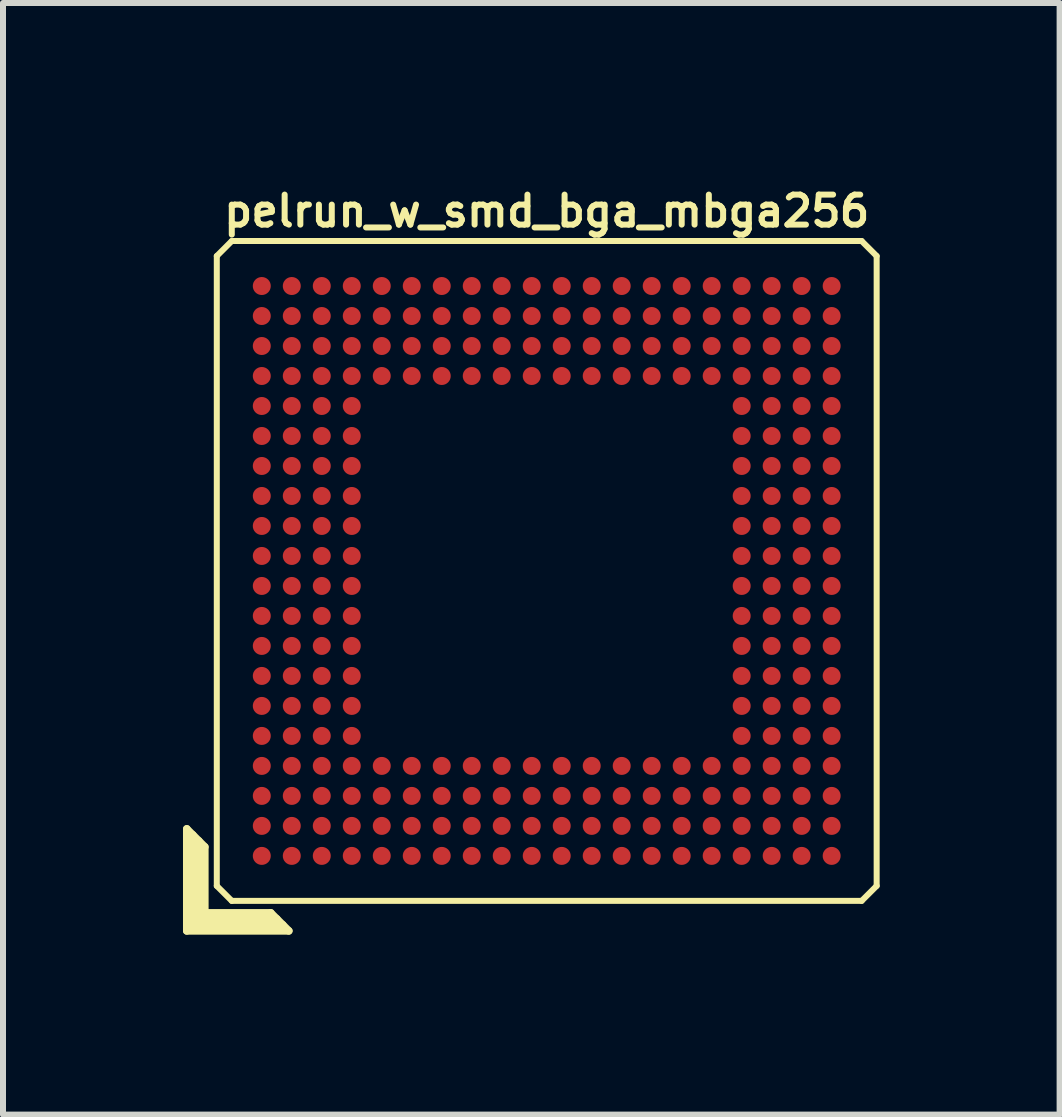
<source format=kicad_pcb>
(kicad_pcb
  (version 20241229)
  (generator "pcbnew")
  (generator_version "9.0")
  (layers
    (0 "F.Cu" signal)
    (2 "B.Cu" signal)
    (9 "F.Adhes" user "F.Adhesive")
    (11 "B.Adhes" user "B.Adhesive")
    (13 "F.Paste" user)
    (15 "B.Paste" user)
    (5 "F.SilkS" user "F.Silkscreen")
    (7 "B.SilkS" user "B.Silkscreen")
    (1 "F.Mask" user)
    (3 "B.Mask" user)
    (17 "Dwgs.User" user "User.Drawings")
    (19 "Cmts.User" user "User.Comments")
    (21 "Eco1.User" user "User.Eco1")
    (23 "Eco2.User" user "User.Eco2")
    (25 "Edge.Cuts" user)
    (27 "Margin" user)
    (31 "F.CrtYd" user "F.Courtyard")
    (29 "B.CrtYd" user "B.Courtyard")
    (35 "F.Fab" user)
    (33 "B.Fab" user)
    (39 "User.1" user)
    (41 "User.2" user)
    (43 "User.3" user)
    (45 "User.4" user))
  (footprint "pelrun_w_smd_bga_mbga256"
    (layer "F.Cu")
    (at 6.064 6.468)
    (property "Reference" "pelrun_w_smd_bga_mbga256" (at 0 -6 0) (layer "F.SilkS") (effects (font (size 0.5 0.5) (thickness 0.1))))
    (attr through_hole)
    (fp_line (start -6 4.3) (end -5.7 4.6) (stroke (width 0.127) (type solid)) (layer "F.SilkS"))
    (fp_line (start -6 6) (end -6 4.3) (stroke (width 0.127) (type solid)) (layer "F.SilkS"))
    (fp_line (start -5.9 4.4) (end -5.9 5.9) (stroke (width 0.127) (type solid)) (layer "F.SilkS"))
    (fp_line (start -5.9 5.9) (end -4.4 5.9) (stroke (width 0.127) (type solid)) (layer "F.SilkS"))
    (fp_line (start -5.8 5.8) (end -5.8 4.5) (stroke (width 0.127) (type solid)) (layer "F.SilkS"))
    (fp_line (start -5.7 4.6) (end -5.7 5.7) (stroke (width 0.127) (type solid)) (layer "F.SilkS"))
    (fp_line (start -5.7 5.7) (end -4.6 5.7) (stroke (width 0.127) (type solid)) (layer "F.SilkS"))
    (fp_line (start -5.5 -5.25) (end -5.5 5.25) (stroke (width 0.1) (type solid)) (layer "F.SilkS"))
    (fp_line (start -5.5 -5.25) (end -5.25 -5.5) (stroke (width 0.1) (type solid)) (layer "F.SilkS"))
    (fp_line (start -5.25 5.5) (end -5.5 5.25) (stroke (width 0.1) (type solid)) (layer "F.SilkS"))
    (fp_line (start -5.25 5.5) (end 5.25 5.5) (stroke (width 0.1) (type solid)) (layer "F.SilkS"))
    (fp_line (start -4.6 5.7) (end -4.3 6) (stroke (width 0.127) (type solid)) (layer "F.SilkS"))
    (fp_line (start -4.5 5.8) (end -5.8 5.8) (stroke (width 0.127) (type solid)) (layer "F.SilkS"))
    (fp_line (start -4.3 6) (end -6 6) (stroke (width 0.127) (type solid)) (layer "F.SilkS"))
    (fp_line (start 5.25 -5.5) (end -5.25 -5.5) (stroke (width 0.1) (type solid)) (layer "F.SilkS"))
    (fp_line (start 5.25 -5.5) (end 5.5 -5.25) (stroke (width 0.1) (type solid)) (layer "F.SilkS"))
    (fp_line (start 5.5 5.25) (end 5.25 5.5) (stroke (width 0.1) (type solid)) (layer "F.SilkS"))
    (fp_line (start 5.5 5.25) (end 5.5 -5.25) (stroke (width 0.1) (type solid)) (layer "F.SilkS"))
    (pad "A1" smd circle (at -4.75 4.75) (size 0.3 0.3) (layers "F.Cu" "F.Mask" "F.Paste"))
    (pad "A2" smd circle (at -4.25 4.75) (size 0.3 0.3) (layers "F.Cu" "F.Mask" "F.Paste"))
    (pad "A3" smd circle (at -3.75 4.75) (size 0.3 0.3) (layers "F.Cu" "F.Mask" "F.Paste"))
    (pad "A4" smd circle (at -3.25 4.75) (size 0.3 0.3) (layers "F.Cu" "F.Mask" "F.Paste"))
    (pad "A5" smd circle (at -2.75 4.75) (size 0.3 0.3) (layers "F.Cu" "F.Mask" "F.Paste"))
    (pad "A6" smd circle (at -2.25 4.75) (size 0.3 0.3) (layers "F.Cu" "F.Mask" "F.Paste"))
    (pad "A7" smd circle (at -1.75 4.75) (size 0.3 0.3) (layers "F.Cu" "F.Mask" "F.Paste"))
    (pad "A8" smd circle (at -1.25 4.75) (size 0.3 0.3) (layers "F.Cu" "F.Mask" "F.Paste"))
    (pad "A9" smd circle (at -0.75 4.75) (size 0.3 0.3) (layers "F.Cu" "F.Mask" "F.Paste"))
    (pad "A10" smd circle (at -0.25 4.75) (size 0.3 0.3) (layers "F.Cu" "F.Mask" "F.Paste"))
    (pad "A11" smd circle (at 0.25 4.75) (size 0.3 0.3) (layers "F.Cu" "F.Mask" "F.Paste"))
    (pad "A12" smd circle (at 0.75 4.75) (size 0.3 0.3) (layers "F.Cu" "F.Mask" "F.Paste"))
    (pad "A13" smd circle (at 1.25 4.75) (size 0.3 0.3) (layers "F.Cu" "F.Mask" "F.Paste"))
    (pad "A14" smd circle (at 1.75 4.75) (size 0.3 0.3) (layers "F.Cu" "F.Mask" "F.Paste"))
    (pad "A15" smd circle (at 2.25 4.75) (size 0.3 0.3) (layers "F.Cu" "F.Mask" "F.Paste"))
    (pad "A16" smd circle (at 2.75 4.75) (size 0.3 0.3) (layers "F.Cu" "F.Mask" "F.Paste"))
    (pad "A17" smd circle (at 3.25 4.75) (size 0.3 0.3) (layers "F.Cu" "F.Mask" "F.Paste"))
    (pad "A18" smd circle (at 3.75 4.75) (size 0.3 0.3) (layers "F.Cu" "F.Mask" "F.Paste"))
    (pad "A19" smd circle (at 4.25 4.75) (size 0.3 0.3) (layers "F.Cu" "F.Mask" "F.Paste"))
    (pad "A20" smd circle (at 4.75 4.75) (size 0.3 0.3) (layers "F.Cu" "F.Mask" "F.Paste"))
    (pad "B1" smd circle (at -4.75 4.25) (size 0.3 0.3) (layers "F.Cu" "F.Mask" "F.Paste"))
    (pad "B2" smd circle (at -4.25 4.25) (size 0.3 0.3) (layers "F.Cu" "F.Mask" "F.Paste"))
    (pad "B3" smd circle (at -3.75 4.25) (size 0.3 0.3) (layers "F.Cu" "F.Mask" "F.Paste"))
    (pad "B4" smd circle (at -3.25 4.25) (size 0.3 0.3) (layers "F.Cu" "F.Mask" "F.Paste"))
    (pad "B5" smd circle (at -2.75 4.25) (size 0.3 0.3) (layers "F.Cu" "F.Mask" "F.Paste"))
    (pad "B6" smd circle (at -2.25 4.25) (size 0.3 0.3) (layers "F.Cu" "F.Mask" "F.Paste"))
    (pad "B7" smd circle (at -1.75 4.25) (size 0.3 0.3) (layers "F.Cu" "F.Mask" "F.Paste"))
    (pad "B8" smd circle (at -1.25 4.25) (size 0.3 0.3) (layers "F.Cu" "F.Mask" "F.Paste"))
    (pad "B9" smd circle (at -0.75 4.25) (size 0.3 0.3) (layers "F.Cu" "F.Mask" "F.Paste"))
    (pad "B10" smd circle (at -0.25 4.25) (size 0.3 0.3) (layers "F.Cu" "F.Mask" "F.Paste"))
    (pad "B11" smd circle (at 0.25 4.25) (size 0.3 0.3) (layers "F.Cu" "F.Mask" "F.Paste"))
    (pad "B12" smd circle (at 0.75 4.25) (size 0.3 0.3) (layers "F.Cu" "F.Mask" "F.Paste"))
    (pad "B13" smd circle (at 1.25 4.25) (size 0.3 0.3) (layers "F.Cu" "F.Mask" "F.Paste"))
    (pad "B14" smd circle (at 1.75 4.25) (size 0.3 0.3) (layers "F.Cu" "F.Mask" "F.Paste"))
    (pad "B15" smd circle (at 2.25 4.25) (size 0.3 0.3) (layers "F.Cu" "F.Mask" "F.Paste"))
    (pad "B16" smd circle (at 2.75 4.25) (size 0.3 0.3) (layers "F.Cu" "F.Mask" "F.Paste"))
    (pad "B17" smd circle (at 3.25 4.25) (size 0.3 0.3) (layers "F.Cu" "F.Mask" "F.Paste"))
    (pad "B18" smd circle (at 3.75 4.25) (size 0.3 0.3) (layers "F.Cu" "F.Mask" "F.Paste"))
    (pad "B19" smd circle (at 4.25 4.25) (size 0.3 0.3) (layers "F.Cu" "F.Mask" "F.Paste"))
    (pad "B20" smd circle (at 4.75 4.25) (size 0.3 0.3) (layers "F.Cu" "F.Mask" "F.Paste"))
    (pad "C1" smd circle (at -4.75 3.75) (size 0.3 0.3) (layers "F.Cu" "F.Mask" "F.Paste"))
    (pad "C2" smd circle (at -4.25 3.75) (size 0.3 0.3) (layers "F.Cu" "F.Mask" "F.Paste"))
    (pad "C3" smd circle (at -3.75 3.75) (size 0.3 0.3) (layers "F.Cu" "F.Mask" "F.Paste"))
    (pad "C4" smd circle (at -3.25 3.75) (size 0.3 0.3) (layers "F.Cu" "F.Mask" "F.Paste"))
    (pad "C5" smd circle (at -2.75 3.75) (size 0.3 0.3) (layers "F.Cu" "F.Mask" "F.Paste"))
    (pad "C6" smd circle (at -2.25 3.75) (size 0.3 0.3) (layers "F.Cu" "F.Mask" "F.Paste"))
    (pad "C7" smd circle (at -1.75 3.75) (size 0.3 0.3) (layers "F.Cu" "F.Mask" "F.Paste"))
    (pad "C8" smd circle (at -1.25 3.75) (size 0.3 0.3) (layers "F.Cu" "F.Mask" "F.Paste"))
    (pad "C9" smd circle (at -0.75 3.75) (size 0.3 0.3) (layers "F.Cu" "F.Mask" "F.Paste"))
    (pad "C10" smd circle (at -0.25 3.75) (size 0.3 0.3) (layers "F.Cu" "F.Mask" "F.Paste"))
    (pad "C11" smd circle (at 0.25 3.75) (size 0.3 0.3) (layers "F.Cu" "F.Mask" "F.Paste"))
    (pad "C12" smd circle (at 0.75 3.75) (size 0.3 0.3) (layers "F.Cu" "F.Mask" "F.Paste"))
    (pad "C13" smd circle (at 1.25 3.75) (size 0.3 0.3) (layers "F.Cu" "F.Mask" "F.Paste"))
    (pad "C14" smd circle (at 1.75 3.75) (size 0.3 0.3) (layers "F.Cu" "F.Mask" "F.Paste"))
    (pad "C15" smd circle (at 2.25 3.75) (size 0.3 0.3) (layers "F.Cu" "F.Mask" "F.Paste"))
    (pad "C16" smd circle (at 2.75 3.75) (size 0.3 0.3) (layers "F.Cu" "F.Mask" "F.Paste"))
    (pad "C17" smd circle (at 3.25 3.75) (size 0.3 0.3) (layers "F.Cu" "F.Mask" "F.Paste"))
    (pad "C18" smd circle (at 3.75 3.75) (size 0.3 0.3) (layers "F.Cu" "F.Mask" "F.Paste"))
    (pad "C19" smd circle (at 4.25 3.75) (size 0.3 0.3) (layers "F.Cu" "F.Mask" "F.Paste"))
    (pad "C20" smd circle (at 4.75 3.75) (size 0.3 0.3) (layers "F.Cu" "F.Mask" "F.Paste"))
    (pad "D1" smd circle (at -4.75 3.25) (size 0.3 0.3) (layers "F.Cu" "F.Mask" "F.Paste"))
    (pad "D2" smd circle (at -4.25 3.25) (size 0.3 0.3) (layers "F.Cu" "F.Mask" "F.Paste"))
    (pad "D3" smd circle (at -3.75 3.25) (size 0.3 0.3) (layers "F.Cu" "F.Mask" "F.Paste"))
    (pad "D4" smd circle (at -3.25 3.25) (size 0.3 0.3) (layers "F.Cu" "F.Mask" "F.Paste"))
    (pad "D5" smd circle (at -2.75 3.25) (size 0.3 0.3) (layers "F.Cu" "F.Mask" "F.Paste"))
    (pad "D6" smd circle (at -2.25 3.25) (size 0.3 0.3) (layers "F.Cu" "F.Mask" "F.Paste"))
    (pad "D7" smd circle (at -1.75 3.25) (size 0.3 0.3) (layers "F.Cu" "F.Mask" "F.Paste"))
    (pad "D8" smd circle (at -1.25 3.25) (size 0.3 0.3) (layers "F.Cu" "F.Mask" "F.Paste"))
    (pad "D9" smd circle (at -0.75 3.25) (size 0.3 0.3) (layers "F.Cu" "F.Mask" "F.Paste"))
    (pad "D10" smd circle (at -0.25 3.25) (size 0.3 0.3) (layers "F.Cu" "F.Mask" "F.Paste"))
    (pad "D11" smd circle (at 0.25 3.25) (size 0.3 0.3) (layers "F.Cu" "F.Mask" "F.Paste"))
    (pad "D12" smd circle (at 0.75 3.25) (size 0.3 0.3) (layers "F.Cu" "F.Mask" "F.Paste"))
    (pad "D13" smd circle (at 1.25 3.25) (size 0.3 0.3) (layers "F.Cu" "F.Mask" "F.Paste"))
    (pad "D14" smd circle (at 1.75 3.25) (size 0.3 0.3) (layers "F.Cu" "F.Mask" "F.Paste"))
    (pad "D15" smd circle (at 2.25 3.25) (size 0.3 0.3) (layers "F.Cu" "F.Mask" "F.Paste"))
    (pad "D16" smd circle (at 2.75 3.25) (size 0.3 0.3) (layers "F.Cu" "F.Mask" "F.Paste"))
    (pad "D17" smd circle (at 3.25 3.25) (size 0.3 0.3) (layers "F.Cu" "F.Mask" "F.Paste"))
    (pad "D18" smd circle (at 3.75 3.25) (size 0.3 0.3) (layers "F.Cu" "F.Mask" "F.Paste"))
    (pad "D19" smd circle (at 4.25 3.25) (size 0.3 0.3) (layers "F.Cu" "F.Mask" "F.Paste"))
    (pad "D20" smd circle (at 4.75 3.25) (size 0.3 0.3) (layers "F.Cu" "F.Mask" "F.Paste"))
    (pad "E1" smd circle (at -4.75 2.75) (size 0.3 0.3) (layers "F.Cu" "F.Mask" "F.Paste"))
    (pad "E2" smd circle (at -4.25 2.75) (size 0.3 0.3) (layers "F.Cu" "F.Mask" "F.Paste"))
    (pad "E3" smd circle (at -3.75 2.75) (size 0.3 0.3) (layers "F.Cu" "F.Mask" "F.Paste"))
    (pad "E4" smd circle (at -3.25 2.75) (size 0.3 0.3) (layers "F.Cu" "F.Mask" "F.Paste"))
    (pad "E17" smd circle (at 3.25 2.75) (size 0.3 0.3) (layers "F.Cu" "F.Mask" "F.Paste"))
    (pad "E18" smd circle (at 3.75 2.75) (size 0.3 0.3) (layers "F.Cu" "F.Mask" "F.Paste"))
    (pad "E19" smd circle (at 4.25 2.75) (size 0.3 0.3) (layers "F.Cu" "F.Mask" "F.Paste"))
    (pad "E20" smd circle (at 4.75 2.75) (size 0.3 0.3) (layers "F.Cu" "F.Mask" "F.Paste"))
    (pad "F1" smd circle (at -4.75 2.25) (size 0.3 0.3) (layers "F.Cu" "F.Mask" "F.Paste"))
    (pad "F2" smd circle (at -4.25 2.25) (size 0.3 0.3) (layers "F.Cu" "F.Mask" "F.Paste"))
    (pad "F3" smd circle (at -3.75 2.25) (size 0.3 0.3) (layers "F.Cu" "F.Mask" "F.Paste"))
    (pad "F4" smd circle (at -3.25 2.25) (size 0.3 0.3) (layers "F.Cu" "F.Mask" "F.Paste"))
    (pad "F17" smd circle (at 3.25 2.25) (size 0.3 0.3) (layers "F.Cu" "F.Mask" "F.Paste"))
    (pad "F18" smd circle (at 3.75 2.25) (size 0.3 0.3) (layers "F.Cu" "F.Mask" "F.Paste"))
    (pad "F19" smd circle (at 4.25 2.25) (size 0.3 0.3) (layers "F.Cu" "F.Mask" "F.Paste"))
    (pad "F20" smd circle (at 4.75 2.25) (size 0.3 0.3) (layers "F.Cu" "F.Mask" "F.Paste"))
    (pad "G1" smd circle (at -4.75 1.75) (size 0.3 0.3) (layers "F.Cu" "F.Mask" "F.Paste"))
    (pad "G2" smd circle (at -4.25 1.75) (size 0.3 0.3) (layers "F.Cu" "F.Mask" "F.Paste"))
    (pad "G3" smd circle (at -3.75 1.75) (size 0.3 0.3) (layers "F.Cu" "F.Mask" "F.Paste"))
    (pad "G4" smd circle (at -3.25 1.75) (size 0.3 0.3) (layers "F.Cu" "F.Mask" "F.Paste"))
    (pad "G17" smd circle (at 3.25 1.75) (size 0.3 0.3) (layers "F.Cu" "F.Mask" "F.Paste"))
    (pad "G18" smd circle (at 3.75 1.75) (size 0.3 0.3) (layers "F.Cu" "F.Mask" "F.Paste"))
    (pad "G19" smd circle (at 4.25 1.75) (size 0.3 0.3) (layers "F.Cu" "F.Mask" "F.Paste"))
    (pad "G20" smd circle (at 4.75 1.75) (size 0.3 0.3) (layers "F.Cu" "F.Mask" "F.Paste"))
    (pad "H1" smd circle (at -4.75 1.25) (size 0.3 0.3) (layers "F.Cu" "F.Mask" "F.Paste"))
    (pad "H2" smd circle (at -4.25 1.25) (size 0.3 0.3) (layers "F.Cu" "F.Mask" "F.Paste"))
    (pad "H3" smd circle (at -3.75 1.25) (size 0.3 0.3) (layers "F.Cu" "F.Mask" "F.Paste"))
    (pad "H4" smd circle (at -3.25 1.25) (size 0.3 0.3) (layers "F.Cu" "F.Mask" "F.Paste"))
    (pad "H17" smd circle (at 3.25 1.25) (size 0.3 0.3) (layers "F.Cu" "F.Mask" "F.Paste"))
    (pad "H18" smd circle (at 3.75 1.25) (size 0.3 0.3) (layers "F.Cu" "F.Mask" "F.Paste"))
    (pad "H19" smd circle (at 4.25 1.25) (size 0.3 0.3) (layers "F.Cu" "F.Mask" "F.Paste"))
    (pad "H20" smd circle (at 4.75 1.25) (size 0.3 0.3) (layers "F.Cu" "F.Mask" "F.Paste"))
    (pad "J1" smd circle (at -4.75 0.75) (size 0.3 0.3) (layers "F.Cu" "F.Mask" "F.Paste"))
    (pad "J2" smd circle (at -4.25 0.75) (size 0.3 0.3) (layers "F.Cu" "F.Mask" "F.Paste"))
    (pad "J3" smd circle (at -3.75 0.75) (size 0.3 0.3) (layers "F.Cu" "F.Mask" "F.Paste"))
    (pad "J4" smd circle (at -3.25 0.75) (size 0.3 0.3) (layers "F.Cu" "F.Mask" "F.Paste"))
    (pad "J17" smd circle (at 3.25 0.75) (size 0.3 0.3) (layers "F.Cu" "F.Mask" "F.Paste"))
    (pad "J18" smd circle (at 3.75 0.75) (size 0.3 0.3) (layers "F.Cu" "F.Mask" "F.Paste"))
    (pad "J19" smd circle (at 4.25 0.75) (size 0.3 0.3) (layers "F.Cu" "F.Mask" "F.Paste"))
    (pad "J20" smd circle (at 4.75 0.75) (size 0.3 0.3) (layers "F.Cu" "F.Mask" "F.Paste"))
    (pad "K1" smd circle (at -4.75 0.25) (size 0.3 0.3) (layers "F.Cu" "F.Mask" "F.Paste"))
    (pad "K2" smd circle (at -4.25 0.25) (size 0.3 0.3) (layers "F.Cu" "F.Mask" "F.Paste"))
    (pad "K3" smd circle (at -3.75 0.25) (size 0.3 0.3) (layers "F.Cu" "F.Mask" "F.Paste"))
    (pad "K4" smd circle (at -3.25 0.25) (size 0.3 0.3) (layers "F.Cu" "F.Mask" "F.Paste"))
    (pad "K17" smd circle (at 3.25 0.25) (size 0.3 0.3) (layers "F.Cu" "F.Mask" "F.Paste"))
    (pad "K18" smd circle (at 3.75 0.25) (size 0.3 0.3) (layers "F.Cu" "F.Mask" "F.Paste"))
    (pad "K19" smd circle (at 4.25 0.25) (size 0.3 0.3) (layers "F.Cu" "F.Mask" "F.Paste"))
    (pad "K20" smd circle (at 4.75 0.25) (size 0.3 0.3) (layers "F.Cu" "F.Mask" "F.Paste"))
    (pad "L1" smd circle (at -4.75 -0.25) (size 0.3 0.3) (layers "F.Cu" "F.Mask" "F.Paste"))
    (pad "L2" smd circle (at -4.25 -0.25) (size 0.3 0.3) (layers "F.Cu" "F.Mask" "F.Paste"))
    (pad "L3" smd circle (at -3.75 -0.25) (size 0.3 0.3) (layers "F.Cu" "F.Mask" "F.Paste"))
    (pad "L4" smd circle (at -3.25 -0.25) (size 0.3 0.3) (layers "F.Cu" "F.Mask" "F.Paste"))
    (pad "L17" smd circle (at 3.25 -0.25) (size 0.3 0.3) (layers "F.Cu" "F.Mask" "F.Paste"))
    (pad "L18" smd circle (at 3.75 -0.25) (size 0.3 0.3) (layers "F.Cu" "F.Mask" "F.Paste"))
    (pad "L19" smd circle (at 4.25 -0.25) (size 0.3 0.3) (layers "F.Cu" "F.Mask" "F.Paste"))
    (pad "L20" smd circle (at 4.75 -0.25) (size 0.3 0.3) (layers "F.Cu" "F.Mask" "F.Paste"))
    (pad "M1" smd circle (at -4.75 -0.75) (size 0.3 0.3) (layers "F.Cu" "F.Mask" "F.Paste"))
    (pad "M2" smd circle (at -4.25 -0.75) (size 0.3 0.3) (layers "F.Cu" "F.Mask" "F.Paste"))
    (pad "M3" smd circle (at -3.75 -0.75) (size 0.3 0.3) (layers "F.Cu" "F.Mask" "F.Paste"))
    (pad "M4" smd circle (at -3.25 -0.75) (size 0.3 0.3) (layers "F.Cu" "F.Mask" "F.Paste"))
    (pad "M17" smd circle (at 3.25 -0.75) (size 0.3 0.3) (layers "F.Cu" "F.Mask" "F.Paste"))
    (pad "M18" smd circle (at 3.75 -0.75) (size 0.3 0.3) (layers "F.Cu" "F.Mask" "F.Paste"))
    (pad "M19" smd circle (at 4.25 -0.75) (size 0.3 0.3) (layers "F.Cu" "F.Mask" "F.Paste"))
    (pad "M20" smd circle (at 4.75 -0.75) (size 0.3 0.3) (layers "F.Cu" "F.Mask" "F.Paste"))
    (pad "N1" smd circle (at -4.75 -1.25) (size 0.3 0.3) (layers "F.Cu" "F.Mask" "F.Paste"))
    (pad "N2" smd circle (at -4.25 -1.25) (size 0.3 0.3) (layers "F.Cu" "F.Mask" "F.Paste"))
    (pad "N3" smd circle (at -3.75 -1.25) (size 0.3 0.3) (layers "F.Cu" "F.Mask" "F.Paste"))
    (pad "N4" smd circle (at -3.25 -1.25) (size 0.3 0.3) (layers "F.Cu" "F.Mask" "F.Paste"))
    (pad "N17" smd circle (at 3.25 -1.25) (size 0.3 0.3) (layers "F.Cu" "F.Mask" "F.Paste"))
    (pad "N18" smd circle (at 3.75 -1.25) (size 0.3 0.3) (layers "F.Cu" "F.Mask" "F.Paste"))
    (pad "N19" smd circle (at 4.25 -1.25) (size 0.3 0.3) (layers "F.Cu" "F.Mask" "F.Paste"))
    (pad "N20" smd circle (at 4.75 -1.25) (size 0.3 0.3) (layers "F.Cu" "F.Mask" "F.Paste"))
    (pad "P1" smd circle (at -4.75 -1.75) (size 0.3 0.3) (layers "F.Cu" "F.Mask" "F.Paste"))
    (pad "P2" smd circle (at -4.25 -1.75) (size 0.3 0.3) (layers "F.Cu" "F.Mask" "F.Paste"))
    (pad "P3" smd circle (at -3.75 -1.75) (size 0.3 0.3) (layers "F.Cu" "F.Mask" "F.Paste"))
    (pad "P4" smd circle (at -3.25 -1.75) (size 0.3 0.3) (layers "F.Cu" "F.Mask" "F.Paste"))
    (pad "P17" smd circle (at 3.25 -1.75) (size 0.3 0.3) (layers "F.Cu" "F.Mask" "F.Paste"))
    (pad "P18" smd circle (at 3.75 -1.75) (size 0.3 0.3) (layers "F.Cu" "F.Mask" "F.Paste"))
    (pad "P19" smd circle (at 4.25 -1.75) (size 0.3 0.3) (layers "F.Cu" "F.Mask" "F.Paste"))
    (pad "P20" smd circle (at 4.75 -1.75) (size 0.3 0.3) (layers "F.Cu" "F.Mask" "F.Paste"))
    (pad "R1" smd circle (at -4.75 -2.25) (size 0.3 0.3) (layers "F.Cu" "F.Mask" "F.Paste"))
    (pad "R2" smd circle (at -4.25 -2.25) (size 0.3 0.3) (layers "F.Cu" "F.Mask" "F.Paste"))
    (pad "R3" smd circle (at -3.75 -2.25) (size 0.3 0.3) (layers "F.Cu" "F.Mask" "F.Paste"))
    (pad "R4" smd circle (at -3.25 -2.25) (size 0.3 0.3) (layers "F.Cu" "F.Mask" "F.Paste"))
    (pad "R17" smd circle (at 3.25 -2.25) (size 0.3 0.3) (layers "F.Cu" "F.Mask" "F.Paste"))
    (pad "R18" smd circle (at 3.75 -2.25) (size 0.3 0.3) (layers "F.Cu" "F.Mask" "F.Paste"))
    (pad "R19" smd circle (at 4.25 -2.25) (size 0.3 0.3) (layers "F.Cu" "F.Mask" "F.Paste"))
    (pad "R20" smd circle (at 4.75 -2.25) (size 0.3 0.3) (layers "F.Cu" "F.Mask" "F.Paste"))
    (pad "T1" smd circle (at -4.75 -2.75) (size 0.3 0.3) (layers "F.Cu" "F.Mask" "F.Paste"))
    (pad "T2" smd circle (at -4.25 -2.75) (size 0.3 0.3) (layers "F.Cu" "F.Mask" "F.Paste"))
    (pad "T3" smd circle (at -3.75 -2.75) (size 0.3 0.3) (layers "F.Cu" "F.Mask" "F.Paste"))
    (pad "T4" smd circle (at -3.25 -2.75) (size 0.3 0.3) (layers "F.Cu" "F.Mask" "F.Paste"))
    (pad "T17" smd circle (at 3.25 -2.75) (size 0.3 0.3) (layers "F.Cu" "F.Mask" "F.Paste"))
    (pad "T18" smd circle (at 3.75 -2.75) (size 0.3 0.3) (layers "F.Cu" "F.Mask" "F.Paste"))
    (pad "T19" smd circle (at 4.25 -2.75) (size 0.3 0.3) (layers "F.Cu" "F.Mask" "F.Paste"))
    (pad "T20" smd circle (at 4.75 -2.75) (size 0.3 0.3) (layers "F.Cu" "F.Mask" "F.Paste"))
    (pad "U1" smd circle (at -4.75 -3.25) (size 0.3 0.3) (layers "F.Cu" "F.Mask" "F.Paste"))
    (pad "U2" smd circle (at -4.25 -3.25) (size 0.3 0.3) (layers "F.Cu" "F.Mask" "F.Paste"))
    (pad "U3" smd circle (at -3.75 -3.25) (size 0.3 0.3) (layers "F.Cu" "F.Mask" "F.Paste"))
    (pad "U4" smd circle (at -3.25 -3.25) (size 0.3 0.3) (layers "F.Cu" "F.Mask" "F.Paste"))
    (pad "U5" smd circle (at -2.75 -3.25) (size 0.3 0.3) (layers "F.Cu" "F.Mask" "F.Paste"))
    (pad "U6" smd circle (at -2.25 -3.25) (size 0.3 0.3) (layers "F.Cu" "F.Mask" "F.Paste"))
    (pad "U7" smd circle (at -1.75 -3.25) (size 0.3 0.3) (layers "F.Cu" "F.Mask" "F.Paste"))
    (pad "U8" smd circle (at -1.25 -3.25) (size 0.3 0.3) (layers "F.Cu" "F.Mask" "F.Paste"))
    (pad "U9" smd circle (at -0.75 -3.25) (size 0.3 0.3) (layers "F.Cu" "F.Mask" "F.Paste"))
    (pad "U10" smd circle (at -0.25 -3.25) (size 0.3 0.3) (layers "F.Cu" "F.Mask" "F.Paste"))
    (pad "U11" smd circle (at 0.25 -3.25) (size 0.3 0.3) (layers "F.Cu" "F.Mask" "F.Paste"))
    (pad "U12" smd circle (at 0.75 -3.25) (size 0.3 0.3) (layers "F.Cu" "F.Mask" "F.Paste"))
    (pad "U13" smd circle (at 1.25 -3.25) (size 0.3 0.3) (layers "F.Cu" "F.Mask" "F.Paste"))
    (pad "U14" smd circle (at 1.75 -3.25) (size 0.3 0.3) (layers "F.Cu" "F.Mask" "F.Paste"))
    (pad "U15" smd circle (at 2.25 -3.25) (size 0.3 0.3) (layers "F.Cu" "F.Mask" "F.Paste"))
    (pad "U16" smd circle (at 2.75 -3.25) (size 0.3 0.3) (layers "F.Cu" "F.Mask" "F.Paste"))
    (pad "U17" smd circle (at 3.25 -3.25) (size 0.3 0.3) (layers "F.Cu" "F.Mask" "F.Paste"))
    (pad "U18" smd circle (at 3.75 -3.25) (size 0.3 0.3) (layers "F.Cu" "F.Mask" "F.Paste"))
    (pad "U19" smd circle (at 4.25 -3.25) (size 0.3 0.3) (layers "F.Cu" "F.Mask" "F.Paste"))
    (pad "U20" smd circle (at 4.75 -3.25) (size 0.3 0.3) (layers "F.Cu" "F.Mask" "F.Paste"))
    (pad "V1" smd circle (at -4.75 -3.75) (size 0.3 0.3) (layers "F.Cu" "F.Mask" "F.Paste"))
    (pad "V2" smd circle (at -4.25 -3.75) (size 0.3 0.3) (layers "F.Cu" "F.Mask" "F.Paste"))
    (pad "V3" smd circle (at -3.75 -3.75) (size 0.3 0.3) (layers "F.Cu" "F.Mask" "F.Paste"))
    (pad "V4" smd circle (at -3.25 -3.75) (size 0.3 0.3) (layers "F.Cu" "F.Mask" "F.Paste"))
    (pad "V5" smd circle (at -2.75 -3.75) (size 0.3 0.3) (layers "F.Cu" "F.Mask" "F.Paste"))
    (pad "V6" smd circle (at -2.25 -3.75) (size 0.3 0.3) (layers "F.Cu" "F.Mask" "F.Paste"))
    (pad "V7" smd circle (at -1.75 -3.75) (size 0.3 0.3) (layers "F.Cu" "F.Mask" "F.Paste"))
    (pad "V8" smd circle (at -1.25 -3.75) (size 0.3 0.3) (layers "F.Cu" "F.Mask" "F.Paste"))
    (pad "V9" smd circle (at -0.75 -3.75) (size 0.3 0.3) (layers "F.Cu" "F.Mask" "F.Paste"))
    (pad "V10" smd circle (at -0.25 -3.75) (size 0.3 0.3) (layers "F.Cu" "F.Mask" "F.Paste"))
    (pad "V11" smd circle (at 0.25 -3.75) (size 0.3 0.3) (layers "F.Cu" "F.Mask" "F.Paste"))
    (pad "V12" smd circle (at 0.75 -3.75) (size 0.3 0.3) (layers "F.Cu" "F.Mask" "F.Paste"))
    (pad "V13" smd circle (at 1.25 -3.75) (size 0.3 0.3) (layers "F.Cu" "F.Mask" "F.Paste"))
    (pad "V14" smd circle (at 1.75 -3.75) (size 0.3 0.3) (layers "F.Cu" "F.Mask" "F.Paste"))
    (pad "V15" smd circle (at 2.25 -3.75) (size 0.3 0.3) (layers "F.Cu" "F.Mask" "F.Paste"))
    (pad "V16" smd circle (at 2.75 -3.75) (size 0.3 0.3) (layers "F.Cu" "F.Mask" "F.Paste"))
    (pad "V17" smd circle (at 3.25 -3.75) (size 0.3 0.3) (layers "F.Cu" "F.Mask" "F.Paste"))
    (pad "V18" smd circle (at 3.75 -3.75) (size 0.3 0.3) (layers "F.Cu" "F.Mask" "F.Paste"))
    (pad "V19" smd circle (at 4.25 -3.75) (size 0.3 0.3) (layers "F.Cu" "F.Mask" "F.Paste"))
    (pad "V20" smd circle (at 4.75 -3.75) (size 0.3 0.3) (layers "F.Cu" "F.Mask" "F.Paste"))
    (pad "W1" smd circle (at -4.75 -4.25) (size 0.3 0.3) (layers "F.Cu" "F.Mask" "F.Paste"))
    (pad "W2" smd circle (at -4.25 -4.25) (size 0.3 0.3) (layers "F.Cu" "F.Mask" "F.Paste"))
    (pad "W3" smd circle (at -3.75 -4.25) (size 0.3 0.3) (layers "F.Cu" "F.Mask" "F.Paste"))
    (pad "W4" smd circle (at -3.25 -4.25) (size 0.3 0.3) (layers "F.Cu" "F.Mask" "F.Paste"))
    (pad "W5" smd circle (at -2.75 -4.25) (size 0.3 0.3) (layers "F.Cu" "F.Mask" "F.Paste"))
    (pad "W6" smd circle (at -2.25 -4.25) (size 0.3 0.3) (layers "F.Cu" "F.Mask" "F.Paste"))
    (pad "W7" smd circle (at -1.75 -4.25) (size 0.3 0.3) (layers "F.Cu" "F.Mask" "F.Paste"))
    (pad "W8" smd circle (at -1.25 -4.25) (size 0.3 0.3) (layers "F.Cu" "F.Mask" "F.Paste"))
    (pad "W9" smd circle (at -0.75 -4.25) (size 0.3 0.3) (layers "F.Cu" "F.Mask" "F.Paste"))
    (pad "W10" smd circle (at -0.25 -4.25) (size 0.3 0.3) (layers "F.Cu" "F.Mask" "F.Paste"))
    (pad "W11" smd circle (at 0.25 -4.25) (size 0.3 0.3) (layers "F.Cu" "F.Mask" "F.Paste"))
    (pad "W12" smd circle (at 0.75 -4.25) (size 0.3 0.3) (layers "F.Cu" "F.Mask" "F.Paste"))
    (pad "W13" smd circle (at 1.25 -4.25) (size 0.3 0.3) (layers "F.Cu" "F.Mask" "F.Paste"))
    (pad "W14" smd circle (at 1.75 -4.25) (size 0.3 0.3) (layers "F.Cu" "F.Mask" "F.Paste"))
    (pad "W15" smd circle (at 2.25 -4.25) (size 0.3 0.3) (layers "F.Cu" "F.Mask" "F.Paste"))
    (pad "W16" smd circle (at 2.75 -4.25) (size 0.3 0.3) (layers "F.Cu" "F.Mask" "F.Paste"))
    (pad "W17" smd circle (at 3.25 -4.25) (size 0.3 0.3) (layers "F.Cu" "F.Mask" "F.Paste"))
    (pad "W18" smd circle (at 3.75 -4.25) (size 0.3 0.3) (layers "F.Cu" "F.Mask" "F.Paste"))
    (pad "W19" smd circle (at 4.25 -4.25) (size 0.3 0.3) (layers "F.Cu" "F.Mask" "F.Paste"))
    (pad "W20" smd circle (at 4.75 -4.25) (size 0.3 0.3) (layers "F.Cu" "F.Mask" "F.Paste"))
    (pad "Y1" smd circle (at -4.75 -4.75) (size 0.3 0.3) (layers "F.Cu" "F.Mask" "F.Paste"))
    (pad "Y2" smd circle (at -4.25 -4.75) (size 0.3 0.3) (layers "F.Cu" "F.Mask" "F.Paste"))
    (pad "Y3" smd circle (at -3.75 -4.75) (size 0.3 0.3) (layers "F.Cu" "F.Mask" "F.Paste"))
    (pad "Y4" smd circle (at -3.25 -4.75) (size 0.3 0.3) (layers "F.Cu" "F.Mask" "F.Paste"))
    (pad "Y5" smd circle (at -2.75 -4.75) (size 0.3 0.3) (layers "F.Cu" "F.Mask" "F.Paste"))
    (pad "Y6" smd circle (at -2.25 -4.75) (size 0.3 0.3) (layers "F.Cu" "F.Mask" "F.Paste"))
    (pad "Y7" smd circle (at -1.75 -4.75) (size 0.3 0.3) (layers "F.Cu" "F.Mask" "F.Paste"))
    (pad "Y8" smd circle (at -1.25 -4.75) (size 0.3 0.3) (layers "F.Cu" "F.Mask" "F.Paste"))
    (pad "Y9" smd circle (at -0.75 -4.75) (size 0.3 0.3) (layers "F.Cu" "F.Mask" "F.Paste"))
    (pad "Y10" smd circle (at -0.25 -4.75) (size 0.3 0.3) (layers "F.Cu" "F.Mask" "F.Paste"))
    (pad "Y11" smd circle (at 0.25 -4.75) (size 0.3 0.3) (layers "F.Cu" "F.Mask" "F.Paste"))
    (pad "Y12" smd circle (at 0.75 -4.75) (size 0.3 0.3) (layers "F.Cu" "F.Mask" "F.Paste"))
    (pad "Y13" smd circle (at 1.25 -4.75) (size 0.3 0.3) (layers "F.Cu" "F.Mask" "F.Paste"))
    (pad "Y14" smd circle (at 1.75 -4.75) (size 0.3 0.3) (layers "F.Cu" "F.Mask" "F.Paste"))
    (pad "Y15" smd circle (at 2.25 -4.75) (size 0.3 0.3) (layers "F.Cu" "F.Mask" "F.Paste"))
    (pad "Y16" smd circle (at 2.75 -4.75) (size 0.3 0.3) (layers "F.Cu" "F.Mask" "F.Paste"))
    (pad "Y17" smd circle (at 3.25 -4.75) (size 0.3 0.3) (layers "F.Cu" "F.Mask" "F.Paste"))
    (pad "Y18" smd circle (at 3.75 -4.75) (size 0.3 0.3) (layers "F.Cu" "F.Mask" "F.Paste"))
    (pad "Y19" smd circle (at 4.25 -4.75) (size 0.3 0.3) (layers "F.Cu" "F.Mask" "F.Paste"))
    (pad "Y20" smd circle (at 4.75 -4.75) (size 0.3 0.3) (layers "F.Cu" "F.Mask" "F.Paste")))
  (gr_rect
    (start -3 -3)
    (end 14.614 15.531)
    (stroke (width 0.1) (type default))
    (fill no)
    (layer "Edge.Cuts")))
</source>
